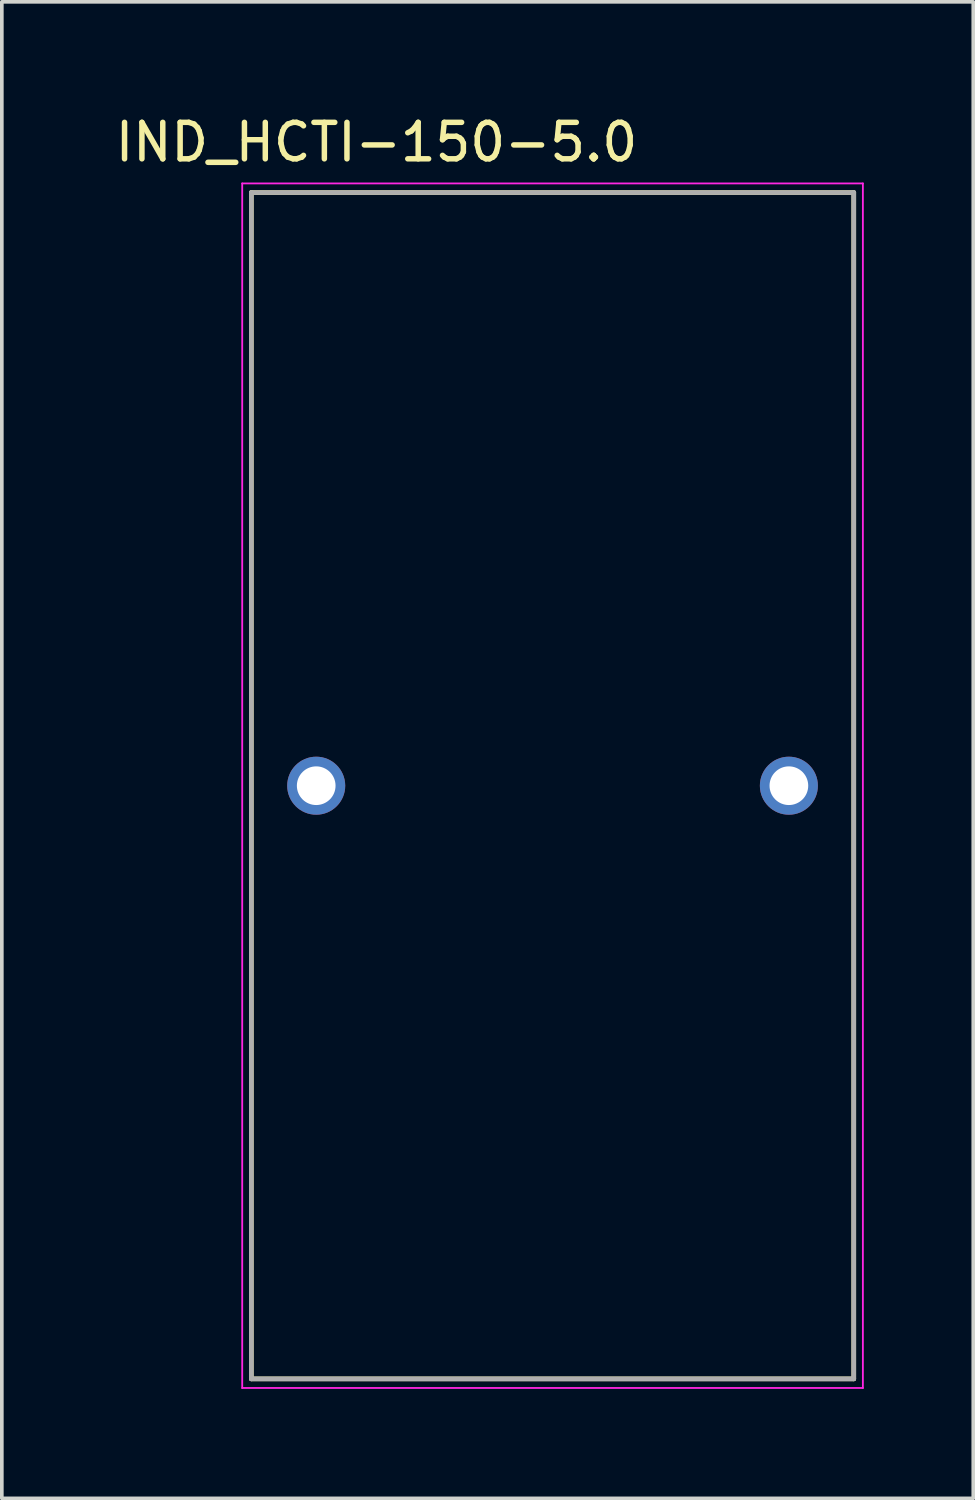
<source format=kicad_pcb>
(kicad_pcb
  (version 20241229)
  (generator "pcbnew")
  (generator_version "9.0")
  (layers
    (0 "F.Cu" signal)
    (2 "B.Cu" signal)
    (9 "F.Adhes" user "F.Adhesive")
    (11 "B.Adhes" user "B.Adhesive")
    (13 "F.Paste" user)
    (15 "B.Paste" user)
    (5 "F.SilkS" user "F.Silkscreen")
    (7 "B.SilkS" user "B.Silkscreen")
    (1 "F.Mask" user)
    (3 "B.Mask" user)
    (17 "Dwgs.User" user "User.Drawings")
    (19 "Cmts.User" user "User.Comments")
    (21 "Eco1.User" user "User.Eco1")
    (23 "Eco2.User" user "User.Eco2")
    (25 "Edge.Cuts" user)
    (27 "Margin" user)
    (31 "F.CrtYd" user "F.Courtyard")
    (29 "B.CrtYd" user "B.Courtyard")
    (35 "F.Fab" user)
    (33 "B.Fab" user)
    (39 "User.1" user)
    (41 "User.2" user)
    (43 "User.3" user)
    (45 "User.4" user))
  (footprint "IND_HCTI-150-5.0"
    (layer "F.Cu")
    (at 12.093 18.483)
    (property "Reference" "IND_HCTI-150-5.0" (at -4.825 -17.635 0) (layer "F.SilkS") (effects (font (size 1 1) (thickness 0.15))))
    (attr through_hole)
    (fp_line (start -8.255 -16.256) (end 8.255 -16.256) (stroke (width 0.127) (type solid)) (layer "F.SilkS"))
    (fp_line (start -8.255 16.256) (end -8.255 -16.256) (stroke (width 0.127) (type solid)) (layer "F.SilkS"))
    (fp_line (start 8.255 -16.256) (end 8.255 16.256) (stroke (width 0.127) (type solid)) (layer "F.SilkS"))
    (fp_line (start 8.255 16.256) (end -8.255 16.256) (stroke (width 0.127) (type solid)) (layer "F.SilkS"))
    (fp_line (start -8.505 -16.506) (end 8.505 -16.506) (stroke (width 0.05) (type solid)) (layer "F.CrtYd"))
    (fp_line (start -8.505 16.506) (end -8.505 -16.506) (stroke (width 0.05) (type solid)) (layer "F.CrtYd"))
    (fp_line (start 8.505 -16.506) (end 8.505 16.506) (stroke (width 0.05) (type solid)) (layer "F.CrtYd"))
    (fp_line (start 8.505 16.506) (end -8.505 16.506) (stroke (width 0.05) (type solid)) (layer "F.CrtYd"))
    (fp_line (start -8.255 -16.256) (end 8.255 -16.256) (stroke (width 0.127) (type solid)) (layer "F.Fab"))
    (fp_line (start -8.255 16.256) (end -8.255 -16.256) (stroke (width 0.127) (type solid)) (layer "F.Fab"))
    (fp_line (start 8.255 -16.256) (end 8.255 16.256) (stroke (width 0.127) (type solid)) (layer "F.Fab"))
    (fp_line (start 8.255 16.256) (end -8.255 16.256) (stroke (width 0.127) (type solid)) (layer "F.Fab"))
    (pad "1" thru_hole circle (at -6.477 0) (size 1.59 1.59) (drill 1.06) (layers "*.Cu" "*.Mask"))
    (pad "2" thru_hole circle (at 6.477 0) (size 1.59 1.59) (drill 1.06) (layers "*.Cu" "*.Mask")))
  (gr_rect
    (start -3 -3)
    (end 23.623 38.014)
    (stroke (width 0.1) (type default))
    (fill no)
    (layer "Edge.Cuts")))
</source>
